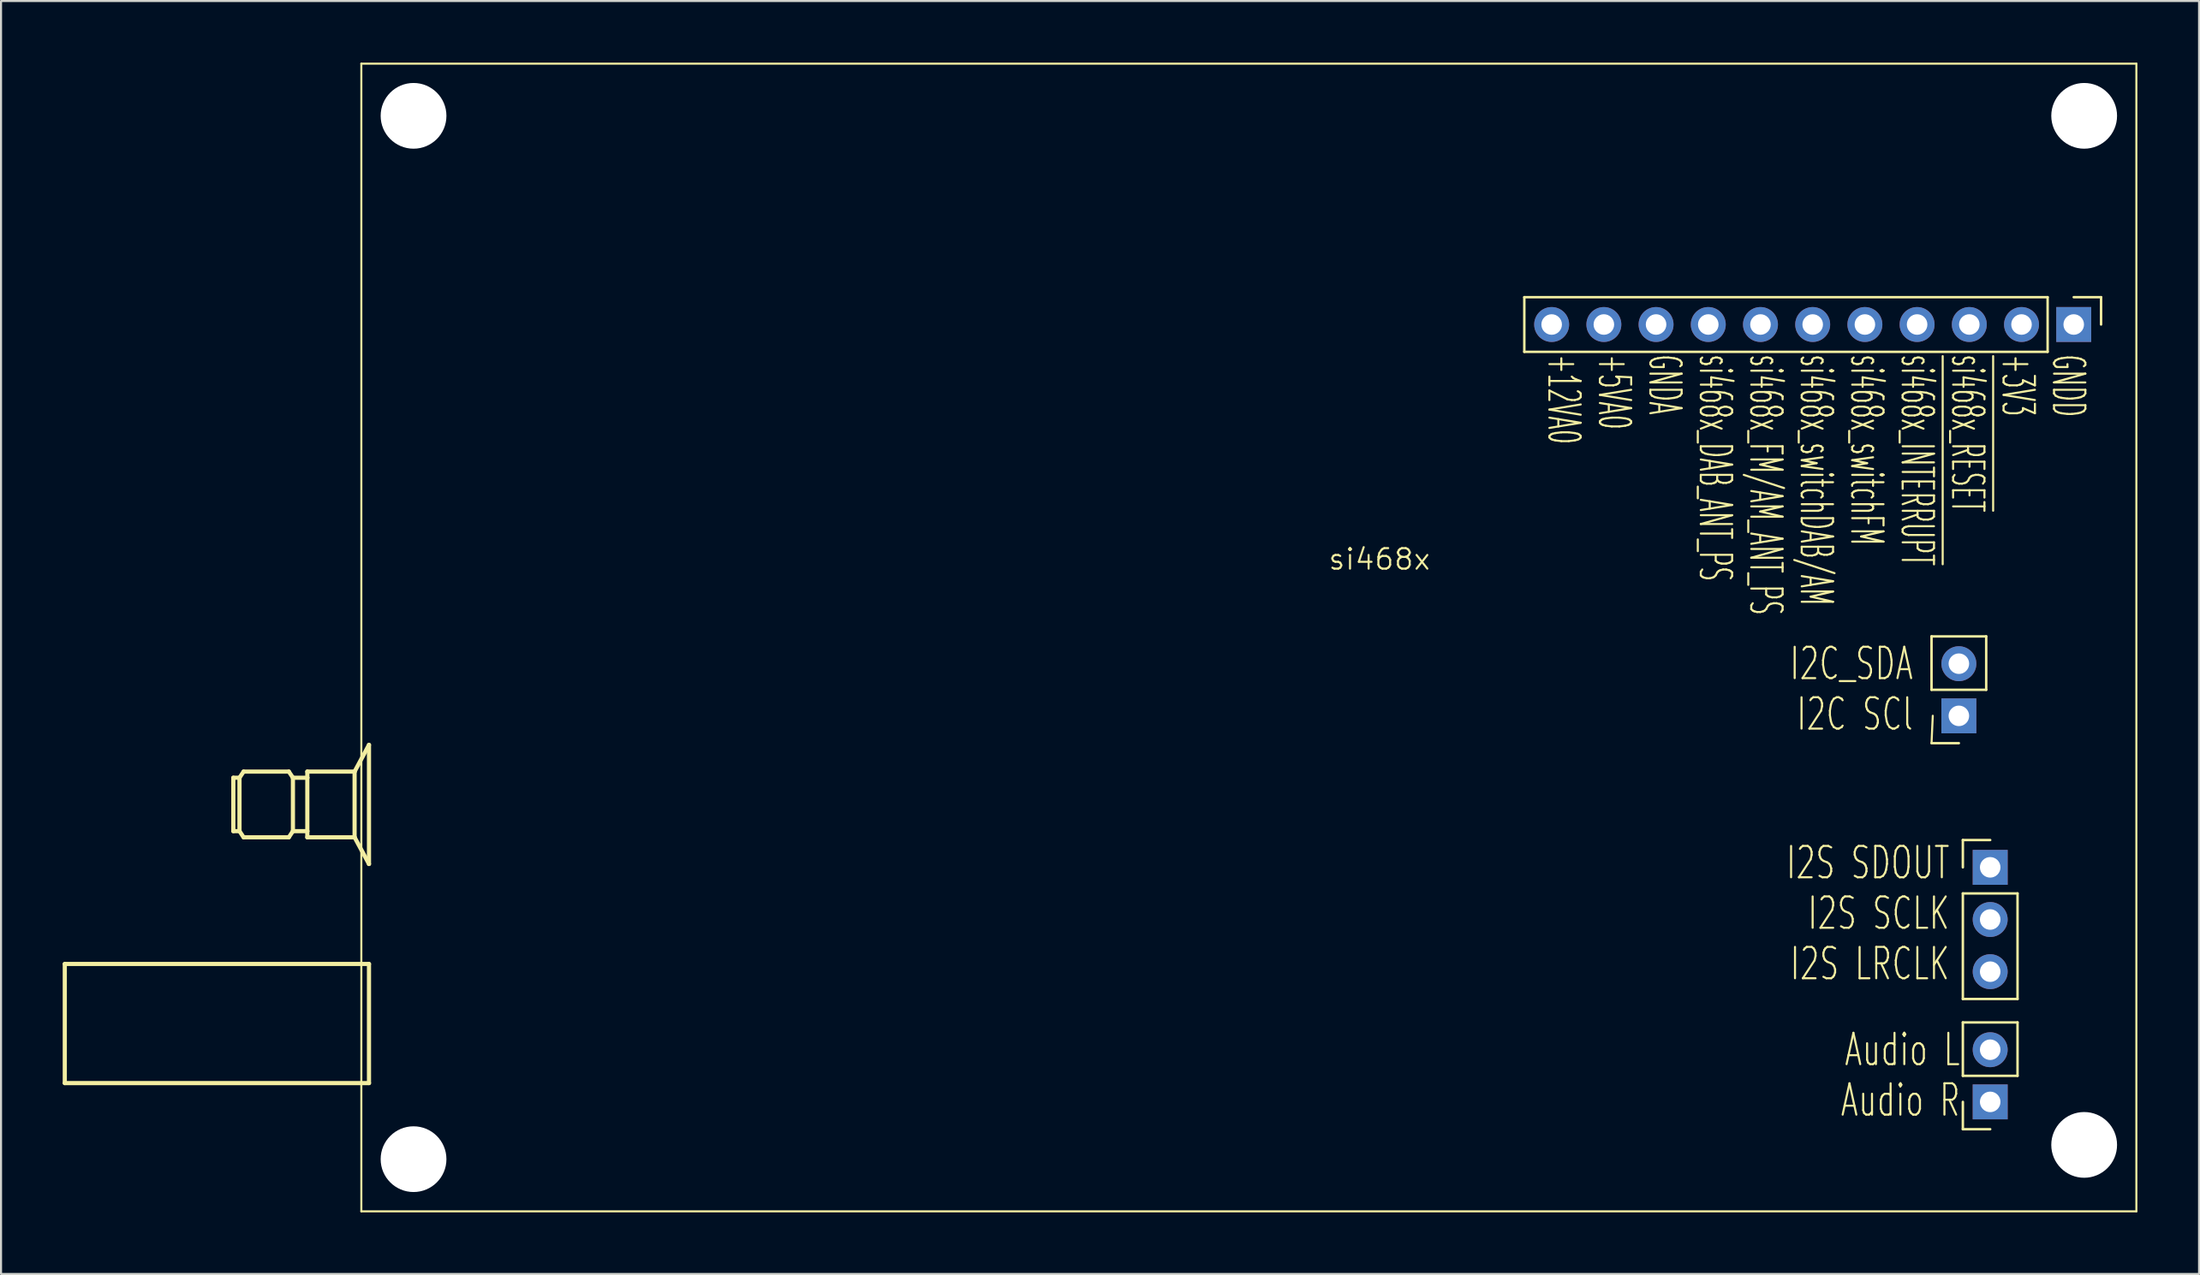
<source format=kicad_pcb>
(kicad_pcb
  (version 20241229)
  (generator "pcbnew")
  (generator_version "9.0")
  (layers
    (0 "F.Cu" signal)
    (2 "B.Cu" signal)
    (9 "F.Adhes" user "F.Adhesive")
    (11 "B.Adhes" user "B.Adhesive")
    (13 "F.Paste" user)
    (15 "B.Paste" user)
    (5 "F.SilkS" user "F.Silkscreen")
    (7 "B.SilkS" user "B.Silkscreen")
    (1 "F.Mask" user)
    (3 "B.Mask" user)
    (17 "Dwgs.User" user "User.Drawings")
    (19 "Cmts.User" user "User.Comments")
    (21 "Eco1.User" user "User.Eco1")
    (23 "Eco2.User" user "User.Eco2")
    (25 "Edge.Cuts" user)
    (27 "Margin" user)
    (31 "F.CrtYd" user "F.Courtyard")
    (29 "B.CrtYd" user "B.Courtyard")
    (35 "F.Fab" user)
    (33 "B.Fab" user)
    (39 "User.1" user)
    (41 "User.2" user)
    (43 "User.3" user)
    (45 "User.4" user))
  (footprint "si468x"
    (layer "F.Cu")
    (at 64.06 26.72)
    (property "Reference" "si468x" (at 0 -2.54 0) (unlocked yes) (layer "F.SilkS") (effects (font (size 1 1) (thickness 0.1))))
    (attr through_hole)
    (fp_line (start -63.958 22.966) (end -63.958 17.166) (stroke (width 0.203) (type solid)) (layer "F.SilkS"))
    (fp_line (start -55.758 8.098) (end -55.758 10.698) (stroke (width 0.203) (type solid)) (layer "F.SilkS"))
    (fp_line (start -55.458 8.098) (end -55.758 8.098) (stroke (width 0.203) (type solid)) (layer "F.SilkS"))
    (fp_line (start -55.458 8.098) (end -55.258 7.798) (stroke (width 0.203) (type solid)) (layer "F.SilkS"))
    (fp_line (start -55.458 10.698) (end -55.758 10.698) (stroke (width 0.203) (type solid)) (layer "F.SilkS"))
    (fp_line (start -55.458 10.698) (end -55.458 8.098) (stroke (width 0.203) (type solid)) (layer "F.SilkS"))
    (fp_line (start -55.258 10.998) (end -55.458 10.698) (stroke (width 0.203) (type solid)) (layer "F.SilkS"))
    (fp_line (start -55.258 10.998) (end -53.058 10.998) (stroke (width 0.203) (type solid)) (layer "F.SilkS"))
    (fp_line (start -53.058 7.798) (end -55.258 7.798) (stroke (width 0.203) (type solid)) (layer "F.SilkS"))
    (fp_line (start -53.058 10.998) (end -52.858 10.698) (stroke (width 0.203) (type solid)) (layer "F.SilkS"))
    (fp_line (start -52.858 8.098) (end -53.058 7.798) (stroke (width 0.203) (type solid)) (layer "F.SilkS"))
    (fp_line (start -52.858 10.698) (end -52.858 8.098) (stroke (width 0.203) (type solid)) (layer "F.SilkS"))
    (fp_line (start -52.158 7.798) (end -49.858 7.798) (stroke (width 0.203) (type solid)) (layer "F.SilkS"))
    (fp_line (start -52.158 8.098) (end -52.858 8.098) (stroke (width 0.203) (type solid)) (layer "F.SilkS"))
    (fp_line (start -52.158 8.098) (end -52.158 7.798) (stroke (width 0.203) (type solid)) (layer "F.SilkS"))
    (fp_line (start -52.158 10.698) (end -52.858 10.698) (stroke (width 0.203) (type solid)) (layer "F.SilkS"))
    (fp_line (start -52.158 10.698) (end -52.158 8.098) (stroke (width 0.203) (type solid)) (layer "F.SilkS"))
    (fp_line (start -52.158 10.998) (end -52.158 10.698) (stroke (width 0.203) (type solid)) (layer "F.SilkS"))
    (fp_line (start -49.858 7.798) (end -49.158 6.498) (stroke (width 0.203) (type solid)) (layer "F.SilkS"))
    (fp_line (start -49.858 10.998) (end -52.158 10.998) (stroke (width 0.203) (type solid)) (layer "F.SilkS"))
    (fp_line (start -49.858 10.998) (end -49.858 7.798) (stroke (width 0.203) (type solid)) (layer "F.SilkS"))
    (fp_line (start -49.53 -26.67) (end 36.83 -26.67) (stroke (width 0.1) (type default)) (layer "F.SilkS"))
    (fp_line (start -49.53 29.21) (end -49.53 -26.67) (stroke (width 0.1) (type default)) (layer "F.SilkS"))
    (fp_line (start -49.158 12.298) (end -49.858 10.998) (stroke (width 0.203) (type solid)) (layer "F.SilkS"))
    (fp_line (start -49.158 12.298) (end -49.158 6.498) (stroke (width 0.203) (type solid)) (layer "F.SilkS"))
    (fp_line (start -49.158 17.166) (end -63.958 17.166) (stroke (width 0.203) (type solid)) (layer "F.SilkS"))
    (fp_line (start -49.158 22.966) (end -63.958 22.966) (stroke (width 0.203) (type solid)) (layer "F.SilkS"))
    (fp_line (start -49.158 22.966) (end -49.158 17.166) (stroke (width 0.203) (type solid)) (layer "F.SilkS"))
    (fp_line (start 7.052 -12.64) (end 7.052 -15.3) (stroke (width 0.12) (type solid)) (layer "F.SilkS"))
    (fp_line (start 26.864 1.215) (end 29.524 1.215) (stroke (width 0.12) (type solid)) (layer "F.SilkS"))
    (fp_line (start 26.864 3.815) (end 26.864 1.215) (stroke (width 0.12) (type solid)) (layer "F.SilkS"))
    (fp_line (start 26.864 3.815) (end 29.524 3.815) (stroke (width 0.12) (type solid)) (layer "F.SilkS"))
    (fp_line (start 26.864 6.415) (end 26.924 5.08) (stroke (width 0.1) (type default)) (layer "F.SilkS"))
    (fp_line (start 26.864 6.415) (end 28.194 6.415) (stroke (width 0.12) (type solid)) (layer "F.SilkS"))
    (fp_line (start 28.388 11.131) (end 29.718 11.131) (stroke (width 0.12) (type solid)) (layer "F.SilkS"))
    (fp_line (start 28.388 12.461) (end 28.388 11.131) (stroke (width 0.12) (type solid)) (layer "F.SilkS"))
    (fp_line (start 28.388 13.731) (end 28.388 18.871) (stroke (width 0.12) (type solid)) (layer "F.SilkS"))
    (fp_line (start 28.388 13.731) (end 31.048 13.731) (stroke (width 0.12) (type solid)) (layer "F.SilkS"))
    (fp_line (start 28.388 18.871) (end 31.048 18.871) (stroke (width 0.12) (type solid)) (layer "F.SilkS"))
    (fp_line (start 28.388 20.011) (end 31.048 20.011) (stroke (width 0.12) (type solid)) (layer "F.SilkS"))
    (fp_line (start 28.388 22.611) (end 28.388 20.011) (stroke (width 0.12) (type solid)) (layer "F.SilkS"))
    (fp_line (start 28.388 22.611) (end 31.048 22.611) (stroke (width 0.12) (type solid)) (layer "F.SilkS"))
    (fp_line (start 28.388 23.881) (end 28.388 25.211) (stroke (width 0.12) (type solid)) (layer "F.SilkS"))
    (fp_line (start 28.388 25.211) (end 29.718 25.211) (stroke (width 0.12) (type solid)) (layer "F.SilkS"))
    (fp_line (start 29.524 3.815) (end 29.524 1.215) (stroke (width 0.12) (type solid)) (layer "F.SilkS"))
    (fp_line (start 31.048 13.731) (end 31.048 18.871) (stroke (width 0.12) (type solid)) (layer "F.SilkS"))
    (fp_line (start 31.048 22.611) (end 31.048 20.011) (stroke (width 0.12) (type solid)) (layer "F.SilkS"))
    (fp_line (start 32.512 -15.3) (end 7.052 -15.3) (stroke (width 0.12) (type solid)) (layer "F.SilkS"))
    (fp_line (start 32.512 -12.64) (end 7.052 -12.64) (stroke (width 0.12) (type solid)) (layer "F.SilkS"))
    (fp_line (start 32.512 -12.64) (end 32.512 -15.3) (stroke (width 0.12) (type solid)) (layer "F.SilkS"))
    (fp_line (start 35.112 -15.3) (end 33.782 -15.3) (stroke (width 0.12) (type solid)) (layer "F.SilkS"))
    (fp_line (start 35.112 -13.97) (end 35.112 -15.3) (stroke (width 0.12) (type solid)) (layer "F.SilkS"))
    (fp_line (start 36.83 -26.67) (end 36.83 29.21) (stroke (width 0.1) (type default)) (layer "F.SilkS"))
    (fp_line (start 36.83 29.21) (end -49.53 29.21) (stroke (width 0.1) (type default)) (layer "F.SilkS"))
    (fp_text_box "I2S SDOUT\nI2S SCLK\nI2S LRCLK" (start 15.748 10.205) (end 28.956 16.301) (margins 1.145 1.145 1.145 1.145) (layer "F.SilkS") (effects (font (size 1.527 1) (thickness 0.1)) (justify right top)) (border no) (stroke (width -0.000001) (type solid)))
    (fp_text_box "GNDD\n+3V3\n~{si468x_RESET}\n~{si468x_INTERRUPT}\nsi468x_switchFM\nsi468x_switchDAB/AM\nsi468x_FM/AM_ANT_PS\nsi468x_DAB_ANT_PS\nGNDA\n+5VA0\n+12VA0" (start 35.56 -13.716) (end 6.096 -0.508) (margins 1.144 1.144 1.144 1.144) (angle 270) (layer "F.SilkS") (effects (font (size 1.525 0.75) (thickness 0.1)) (justify left top)) (border no) (stroke (width -0.000001) (type solid)))
    (fp_text_box "I2C_SDA\nI2C SCl" (start 13.97 0.508) (end 27.178 6.604) (margins 1.145 1.145 1.145 1.145) (layer "F.SilkS") (effects (font (size 1.527 1) (thickness 0.1)) (justify right top)) (border no) (stroke (width -0.000001) (type solid)))
    (fp_text_box "Audio L\nAudio R" (start 16.256 19.304) (end 29.464 25.4) (margins 1.145 1.145 1.145 1.145) (layer "F.SilkS") (effects (font (size 1.527 1) (thickness 0.1)) (justify right top)) (border no) (stroke (width -0.000001) (type solid)))
    (pad "" np_thru_hole circle (at -46.99 -24.13) (size 3.2 3.2) (drill 3.2) (layers "*.Cu" "*.Mask"))
    (pad "" np_thru_hole circle (at -46.99 26.67) (size 3.2 3.2) (drill 3.2) (layers "*.Cu" "*.Mask"))
    (pad "" np_thru_hole circle (at 34.29 -24.13) (size 3.2 3.2) (drill 3.2) (layers "*.Cu" "*.Mask"))
    (pad "" np_thru_hole circle (at 34.29 25.975) (size 3.2 3.2) (drill 3.2) (layers "*.Cu" "*.Mask"))
    (pad "Audio_L" thru_hole oval (at 29.718 21.341) (size 1.7 1.7) (drill 1) (layers "*.Cu" "*.Mask"))
    (pad "Audio_R" thru_hole rect (at 29.718 23.881) (size 1.7 1.7) (drill 1) (layers "*.Cu" "*.Mask"))
    (pad "I2C_SCL" thru_hole rect (at 28.194 5.085) (size 1.7 1.7) (drill 1) (layers "*.Cu" "*.Mask"))
    (pad "I2C_SDA" thru_hole oval (at 28.194 2.545) (size 1.7 1.7) (drill 1) (layers "*.Cu" "*.Mask"))
    (pad "I2S_LRCLK" thru_hole oval (at 29.718 17.541) (size 1.7 1.7) (drill 1) (layers "*.Cu" "*.Mask"))
    (pad "I2S_SCLK" thru_hole oval (at 29.718 15.001) (size 1.7 1.7) (drill 1) (layers "*.Cu" "*.Mask"))
    (pad "I2S_SDOUT" thru_hole rect (at 29.718 12.461) (size 1.7 1.7) (drill 1) (layers "*.Cu" "*.Mask"))
    (pad "PS1" thru_hole rect (at 33.782 -13.97 90) (size 1.7 1.7) (drill 1) (layers "*.Cu" "*.Mask"))
    (pad "PS2" thru_hole oval (at 31.242 -13.97 90) (size 1.7 1.7) (drill 1) (layers "*.Cu" "*.Mask"))
    (pad "PS3" thru_hole oval (at 28.702 -13.97 90) (size 1.7 1.7) (drill 1) (layers "*.Cu" "*.Mask"))
    (pad "PS4" thru_hole oval (at 26.162 -13.97 90) (size 1.7 1.7) (drill 1) (layers "*.Cu" "*.Mask"))
    (pad "PS5" thru_hole oval (at 23.622 -13.97 180) (size 1.7 1.7) (drill 1) (layers "*.Cu" "*.Mask"))
    (pad "PS6" thru_hole oval (at 21.082 -13.97 90) (size 1.7 1.7) (drill 1) (layers "*.Cu" "*.Mask"))
    (pad "PS7" thru_hole oval (at 18.542 -13.97 90) (size 1.7 1.7) (drill 1) (layers "*.Cu" "*.Mask"))
    (pad "PS8" thru_hole oval (at 16.002 -13.97 90) (size 1.7 1.7) (drill 1) (layers "*.Cu" "*.Mask"))
    (pad "PS9" thru_hole oval (at 13.462 -13.97 90) (size 1.7 1.7) (drill 1) (layers "*.Cu" "*.Mask"))
    (pad "PS10" thru_hole oval (at 10.922 -13.97 90) (size 1.7 1.7) (drill 1) (layers "*.Cu" "*.Mask"))
    (pad "PS11" thru_hole oval (at 8.382 -13.97 90) (size 1.7 1.7) (drill 1) (layers "*.Cu" "*.Mask")))
  (gr_rect
    (start -3 -3)
    (end 103.94 58.98)
    (stroke (width 0.1) (type default))
    (fill no)
    (layer "Edge.Cuts")))
</source>
